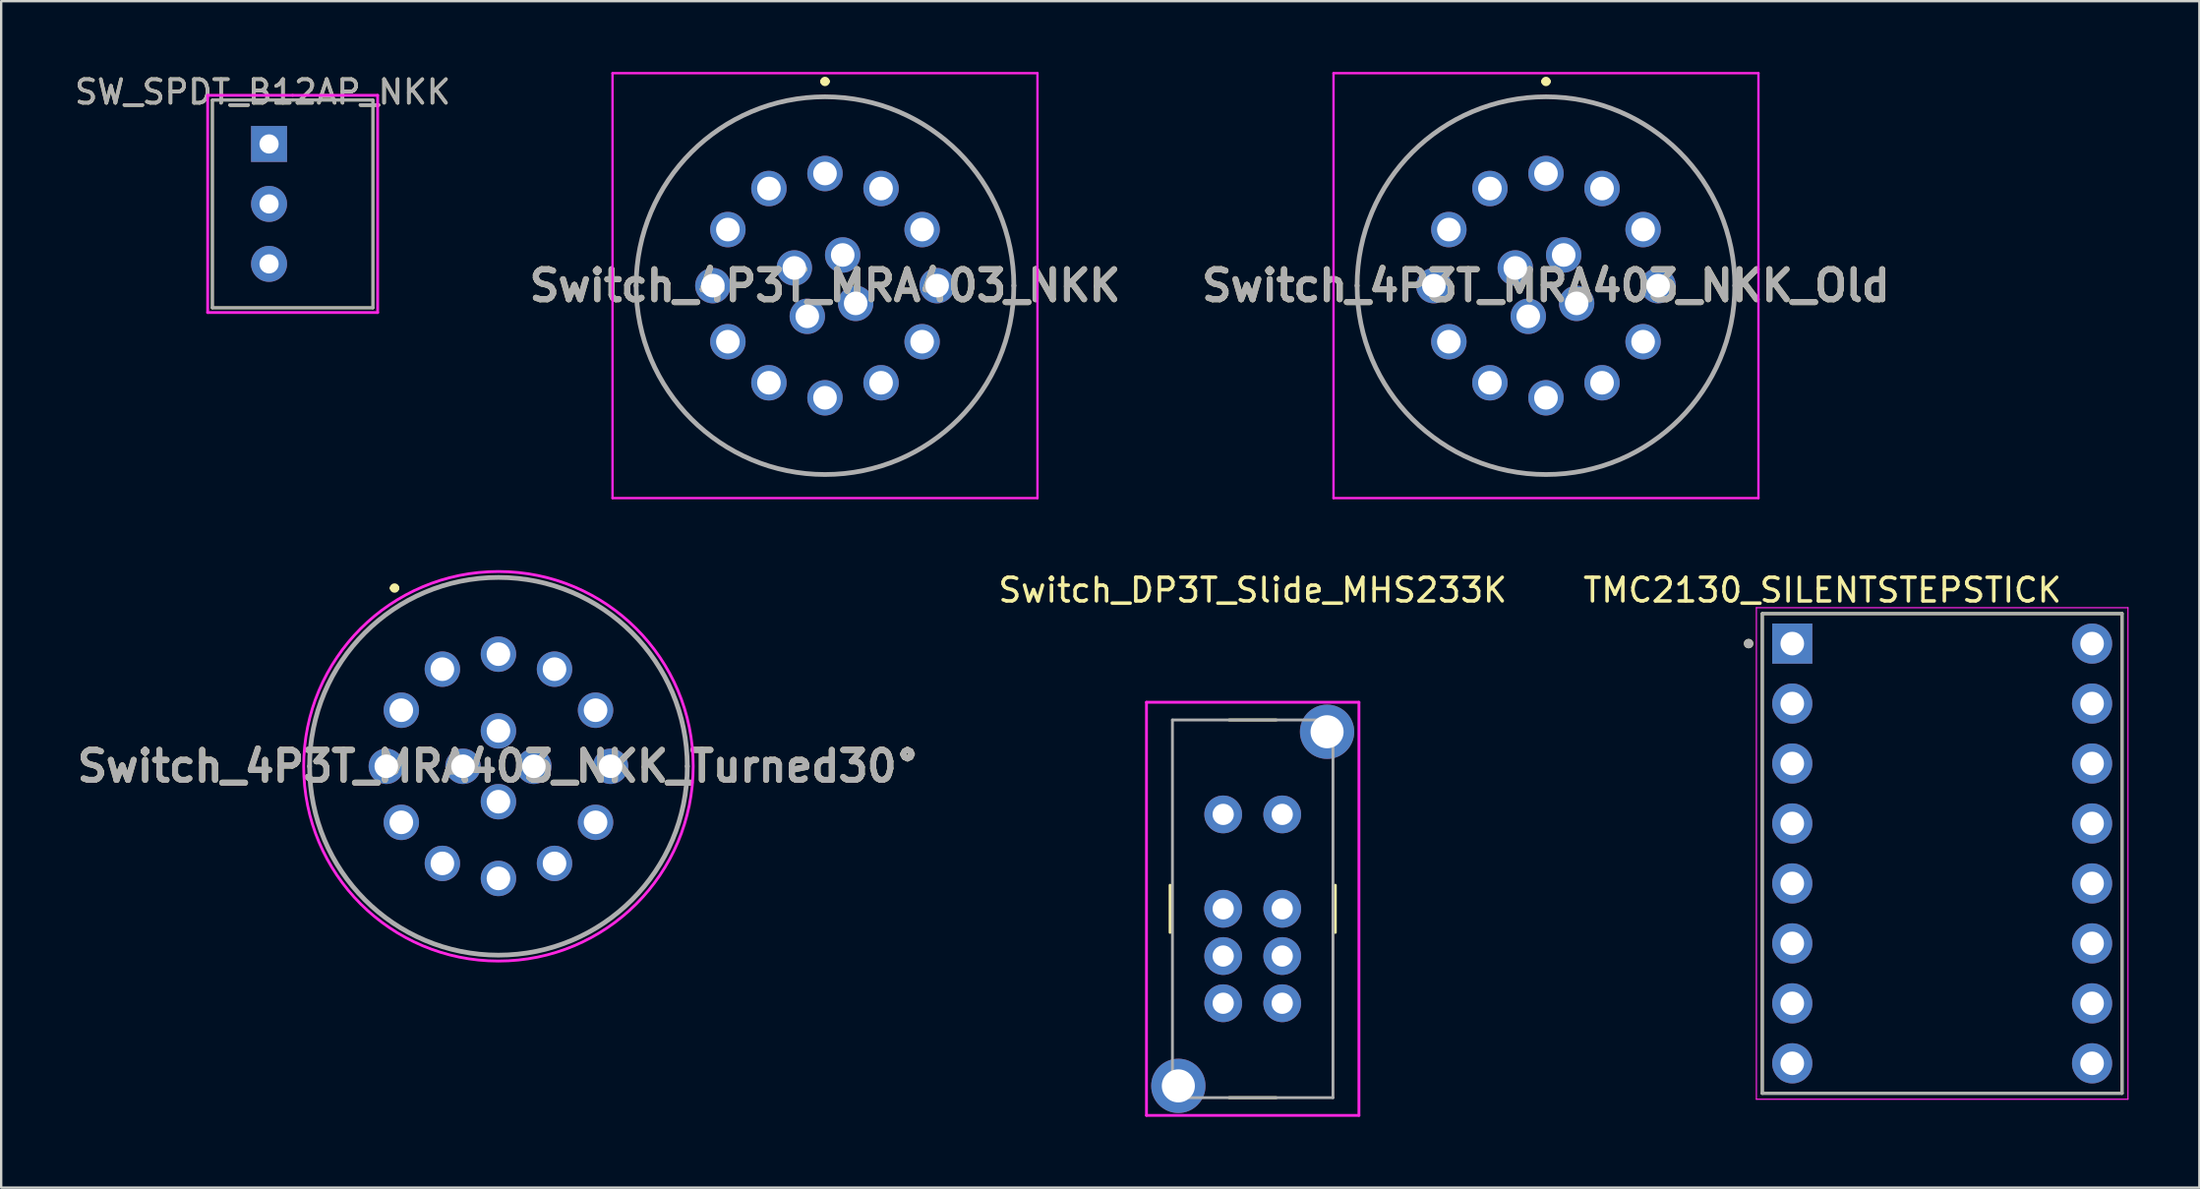
<source format=kicad_pcb>
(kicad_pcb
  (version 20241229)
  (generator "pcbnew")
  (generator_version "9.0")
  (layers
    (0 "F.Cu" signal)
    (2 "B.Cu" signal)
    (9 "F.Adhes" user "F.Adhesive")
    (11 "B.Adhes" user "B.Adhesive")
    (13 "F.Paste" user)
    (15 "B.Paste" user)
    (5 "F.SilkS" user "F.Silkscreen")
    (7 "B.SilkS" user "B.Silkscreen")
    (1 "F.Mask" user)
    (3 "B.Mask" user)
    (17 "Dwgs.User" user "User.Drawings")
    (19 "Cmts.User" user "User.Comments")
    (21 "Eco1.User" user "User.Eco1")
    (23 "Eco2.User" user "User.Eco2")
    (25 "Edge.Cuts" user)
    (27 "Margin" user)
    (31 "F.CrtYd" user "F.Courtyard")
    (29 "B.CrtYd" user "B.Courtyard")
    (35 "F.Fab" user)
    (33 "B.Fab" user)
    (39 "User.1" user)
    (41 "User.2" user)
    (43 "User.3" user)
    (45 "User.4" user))
  (footprint "Switch_DP3T_Slide_MHS233K"
    (layer "F.Cu")
    (at 50.015 35.448)
    (property "Reference" "Switch_DP3T_Slide_MHS233K" (at 0 -13.5 0) (layer "F.SilkS") (effects (font (size 1 1) (thickness 0.15))))
    (attr through_hole)
    (fp_line (start -3.5 -1) (end -3.5 1) (stroke (width 0.12) (type solid)) (layer "F.SilkS"))
    (fp_line (start -1 -8) (end 1 -8) (stroke (width 0.12) (type solid)) (layer "F.SilkS"))
    (fp_line (start -1 8) (end 1 8) (stroke (width 0.12) (type solid)) (layer "F.SilkS"))
    (fp_line (start 3.5 -1) (end 3.5 1) (stroke (width 0.12) (type solid)) (layer "F.SilkS"))
    (fp_line (start -4.5 -8.75) (end 4.5 -8.75) (stroke (width 0.12) (type solid)) (layer "F.CrtYd"))
    (fp_line (start -4.5 8.75) (end -4.5 -8.75) (stroke (width 0.12) (type solid)) (layer "F.CrtYd"))
    (fp_line (start 4.5 -8.75) (end 4.5 8.75) (stroke (width 0.12) (type solid)) (layer "F.CrtYd"))
    (fp_line (start 4.5 8.75) (end -4.5 8.75) (stroke (width 0.12) (type solid)) (layer "F.CrtYd"))
    (fp_line (start -3.4 -8) (end -3.4 8) (stroke (width 0.12) (type solid)) (layer "F.Fab"))
    (fp_line (start -3.4 8) (end 3.4 8) (stroke (width 0.12) (type solid)) (layer "F.Fab"))
    (fp_line (start 3.4 -8) (end -3.4 -8) (stroke (width 0.12) (type solid)) (layer "F.Fab"))
    (fp_line (start 3.4 8) (end 3.4 -8) (stroke (width 0.12) (type solid)) (layer "F.Fab"))
    (pad "0" thru_hole circle (at -3.15 7.5 180) (size 2.3 2.3) (drill 1.4) (layers "*.Cu" "*.Mask"))
    (pad "0" thru_hole circle (at 3.15 -7.5) (size 2.3 2.3) (drill 1.4) (layers "*.Cu" "*.Mask"))
    (pad "1" thru_hole circle (at -1.25 -4) (size 1.6 1.6) (drill 0.9) (layers "*.Cu" "*.Mask"))
    (pad "2" thru_hole circle (at -1.25 0) (size 1.6 1.6) (drill 0.9) (layers "*.Cu" "*.Mask"))
    (pad "3" thru_hole circle (at -1.25 2) (size 1.6 1.6) (drill 0.9) (layers "*.Cu" "*.Mask"))
    (pad "4" thru_hole circle (at -1.25 4) (size 1.6 1.6) (drill 0.9) (layers "*.Cu" "*.Mask"))
    (pad "5" thru_hole circle (at 1.25 -4) (size 1.6 1.6) (drill 0.9) (layers "*.Cu" "*.Mask"))
    (pad "6" thru_hole circle (at 1.25 0) (size 1.6 1.6) (drill 0.9) (layers "*.Cu" "*.Mask"))
    (pad "7" thru_hole circle (at 1.25 2) (size 1.6 1.6) (drill 0.9) (layers "*.Cu" "*.Mask"))
    (pad "8" thru_hole circle (at 1.25 4) (size 1.6 1.6) (drill 0.9) (layers "*.Cu" "*.Mask")))
  (footprint "Switch_4P3T_MRA403_NKK_Old"
    (layer "F.Cu")
    (at 62.438 9.05)
    (property "Reference" "Switch_4P3T_MRA403_NKK_Old" (at 0 0 0) (layer "F.SilkS") (effects (font (size 1.27 1.27) (thickness 0.254))))
    (attr through_hole)
    (fp_line (start -8 0) (end -8 0) (stroke (width 0.1) (type solid)) (layer "F.SilkS"))
    (fp_line (start -0.1 -8.65) (end -0.1 -8.65) (stroke (width 0.2) (type solid)) (layer "F.SilkS"))
    (fp_line (start 0.1 -8.65) (end 0.1 -8.65) (stroke (width 0.2) (type solid)) (layer "F.SilkS"))
    (fp_line (start 8 0) (end 8 0) (stroke (width 0.1) (type solid)) (layer "F.SilkS"))
    (fp_arc (start -8 0) (mid 0 -8) (end 8 0) (stroke (width 0.1) (type solid)) (layer "F.SilkS"))
    (fp_arc (start -0.1 -8.65) (mid 0 -8.75) (end 0.1 -8.65) (stroke (width 0.2) (type solid)) (layer "F.SilkS"))
    (fp_arc (start 0.1 -8.65) (mid 0 -8.55) (end -0.1 -8.65) (stroke (width 0.2) (type solid)) (layer "F.SilkS"))
    (fp_arc (start 8 0) (mid 0 8) (end -8 0) (stroke (width 0.1) (type solid)) (layer "F.SilkS"))
    (fp_line (start -9 -9) (end 9 -9) (stroke (width 0.1) (type solid)) (layer "F.CrtYd"))
    (fp_line (start -9 9) (end -9 -9) (stroke (width 0.1) (type solid)) (layer "F.CrtYd"))
    (fp_line (start 9 -9) (end 9 9) (stroke (width 0.1) (type solid)) (layer "F.CrtYd"))
    (fp_line (start 9 9) (end -9 9) (stroke (width 0.1) (type solid)) (layer "F.CrtYd"))
    (fp_line (start -8 0) (end -8 0) (stroke (width 0.2) (type solid)) (layer "F.Fab"))
    (fp_line (start 8 0) (end 8 0) (stroke (width 0.2) (type solid)) (layer "F.Fab"))
    (fp_arc (start -8 0) (mid 0 -8) (end 8 0) (stroke (width 0.2) (type solid)) (layer "F.Fab"))
    (fp_arc (start 8 0) (mid 0 8) (end -8 0) (stroke (width 0.2) (type solid)) (layer "F.Fab"))
    (fp_text user "${REFERENCE}" (at 0 0 0) (layer "F.Fab") (effects (font (size 1.27 1.27) (thickness 0.254))))
    (pad "1" thru_hole circle (at 0 4.75) (size 1.5 1.5) (drill 1) (layers "*.Cu" "*.Mask"))
    (pad "2" thru_hole circle (at -2.375 4.114) (size 1.5 1.5) (drill 1) (layers "*.Cu" "*.Mask"))
    (pad "3" thru_hole circle (at -4.114 2.375) (size 1.5 1.5) (drill 1) (layers "*.Cu" "*.Mask"))
    (pad "4" thru_hole circle (at 0 -4.75) (size 1.5 1.5) (drill 1) (layers "*.Cu" "*.Mask"))
    (pad "5" thru_hole circle (at 2.375 -4.114) (size 1.5 1.5) (drill 1) (layers "*.Cu" "*.Mask"))
    (pad "6" thru_hole circle (at 4.114 -2.375) (size 1.5 1.5) (drill 1) (layers "*.Cu" "*.Mask"))
    (pad "7" thru_hole circle (at -4.75 0) (size 1.5 1.5) (drill 1) (layers "*.Cu" "*.Mask"))
    (pad "8" thru_hole circle (at -4.114 -2.375) (size 1.5 1.5) (drill 1) (layers "*.Cu" "*.Mask"))
    (pad "9" thru_hole circle (at -2.375 -4.114) (size 1.5 1.5) (drill 1) (layers "*.Cu" "*.Mask"))
    (pad "10" thru_hole circle (at 4.75 0) (size 1.5 1.5) (drill 1) (layers "*.Cu" "*.Mask"))
    (pad "11" thru_hole circle (at 4.114 2.375) (size 1.5 1.5) (drill 1) (layers "*.Cu" "*.Mask"))
    (pad "12" thru_hole circle (at 2.375 4.114) (size 1.5 1.5) (drill 1) (layers "*.Cu" "*.Mask"))
    (pad "A1" thru_hole circle (at -0.75 1.299) (size 1.5 1.5) (drill 1) (layers "*.Cu" "*.Mask"))
    (pad "B1" thru_hole circle (at 0.75 -1.299) (size 1.5 1.5) (drill 1) (layers "*.Cu" "*.Mask"))
    (pad "C1" thru_hole circle (at -1.299 -0.75) (size 1.5 1.5) (drill 1) (layers "*.Cu" "*.Mask"))
    (pad "D1" thru_hole circle (at 1.299 0.75) (size 1.5 1.5) (drill 1) (layers "*.Cu" "*.Mask")))
  (footprint "SW_SPDT_B12AP_NKK"
    (layer "F.Cu")
    (at 9.347 5.588)
    (property "Reference" "SW_SPDT_B12AP_NKK" (at -1.27 -4.74 0) (layer "F.SilkS") (effects (font (size 1 1) (thickness 0.15))))
    (attr through_hole)
    (fp_line (start -3.4 -4.4) (end 0 -4.4) (stroke (width 0.12) (type solid)) (layer "F.SilkS"))
    (fp_line (start -3.4 4.4) (end -3.4 -4.4) (stroke (width 0.12) (type solid)) (layer "F.SilkS"))
    (fp_line (start 0 -4.4) (end 3.4 -4.4) (stroke (width 0.12) (type solid)) (layer "F.SilkS"))
    (fp_line (start 3.4 -4.4) (end 3.4 4.4) (stroke (width 0.12) (type solid)) (layer "F.SilkS"))
    (fp_line (start 3.4 4.4) (end -3.4 4.4) (stroke (width 0.12) (type solid)) (layer "F.SilkS"))
    (fp_line (start -3.6 -4.6) (end -3.6 4.6) (stroke (width 0.12) (type solid)) (layer "F.CrtYd"))
    (fp_line (start -3.6 4.6) (end 3.6 4.6) (stroke (width 0.12) (type solid)) (layer "F.CrtYd"))
    (fp_line (start 0 -4.6) (end -3.6 -4.6) (stroke (width 0.12) (type solid)) (layer "F.CrtYd"))
    (fp_line (start 3.6 -4.6) (end 0 -4.6) (stroke (width 0.12) (type solid)) (layer "F.CrtYd"))
    (fp_line (start 3.6 4.6) (end 3.6 -4.6) (stroke (width 0.12) (type solid)) (layer "F.CrtYd"))
    (fp_line (start -3.4 -4.4) (end 3.4 -4.4) (stroke (width 0.12) (type solid)) (layer "F.Fab"))
    (fp_line (start -3.4 4.4) (end -3.4 -4.4) (stroke (width 0.12) (type solid)) (layer "F.Fab"))
    (fp_line (start 3.4 -4.4) (end 3.4 4.4) (stroke (width 0.12) (type solid)) (layer "F.Fab"))
    (fp_line (start 3.4 4.4) (end -3.4 4.4) (stroke (width 0.12) (type solid)) (layer "F.Fab"))
    (fp_text user "${REFERENCE}" (at -1.27 -4.74 0) (layer "F.Fab") (effects (font (size 1 1) (thickness 0.15))))
    (pad "1" thru_hole rect (at -1 -2.54) (size 1.524 1.524) (drill 0.813) (layers "*.Cu" "*.Mask"))
    (pad "2" thru_hole circle (at -1 0) (size 1.524 1.524) (drill 0.813) (layers "*.Cu" "*.Mask"))
    (pad "3" thru_hole circle (at -1 2.54) (size 1.524 1.524) (drill 0.813) (layers "*.Cu" "*.Mask")))
  (footprint "TMC2130_SILENTSTEPSTICK"
    (layer "F.Cu")
    (at 79.221 33.103)
    (property "Reference" "TMC2130_SILENTSTEPSTICK" (at -5.075 -11.155 0) (layer "F.SilkS") (effects (font (size 1 1) (thickness 0.15))))
    (attr through_hole)
    (fp_line (start -7.62 -10.16) (end 7.62 -10.16) (stroke (width 0.127) (type solid)) (layer "F.SilkS"))
    (fp_line (start -7.62 10.16) (end -7.62 -10.16) (stroke (width 0.127) (type solid)) (layer "F.SilkS"))
    (fp_line (start 7.62 -10.16) (end 7.62 10.16) (stroke (width 0.127) (type solid)) (layer "F.SilkS"))
    (fp_line (start 7.62 10.16) (end -7.62 10.16) (stroke (width 0.127) (type solid)) (layer "F.SilkS"))
    (fp_circle (center -8.2 -8.89) (end -8.1 -8.89) (stroke (width 0.2) (type solid)) (fill no) (layer "F.SilkS"))
    (fp_line (start -7.87 -10.41) (end 7.87 -10.41) (stroke (width 0.05) (type solid)) (layer "F.CrtYd"))
    (fp_line (start -7.87 10.41) (end -7.87 -10.41) (stroke (width 0.05) (type solid)) (layer "F.CrtYd"))
    (fp_line (start 7.87 -10.41) (end 7.87 10.41) (stroke (width 0.05) (type solid)) (layer "F.CrtYd"))
    (fp_line (start 7.87 10.41) (end -7.87 10.41) (stroke (width 0.05) (type solid)) (layer "F.CrtYd"))
    (fp_line (start -7.62 -10.16) (end 7.62 -10.16) (stroke (width 0.127) (type solid)) (layer "F.Fab"))
    (fp_line (start -7.62 10.16) (end -7.62 -10.16) (stroke (width 0.127) (type solid)) (layer "F.Fab"))
    (fp_line (start 7.62 -10.16) (end 7.62 10.16) (stroke (width 0.127) (type solid)) (layer "F.Fab"))
    (fp_line (start 7.62 10.16) (end -7.62 10.16) (stroke (width 0.127) (type solid)) (layer "F.Fab"))
    (fp_circle (center -8.2 -8.89) (end -8.1 -8.89) (stroke (width 0.2) (type solid)) (fill no) (layer "F.Fab"))
    (pad "1" thru_hole rect (at -6.35 -8.89) (size 1.7 1.7) (drill 1) (layers "*.Cu" "*.Mask"))
    (pad "2" thru_hole circle (at -6.35 -6.35) (size 1.7 1.7) (drill 1) (layers "*.Cu" "*.Mask"))
    (pad "3" thru_hole circle (at -6.35 -3.81) (size 1.7 1.7) (drill 1) (layers "*.Cu" "*.Mask"))
    (pad "4" thru_hole circle (at -6.35 -1.27) (size 1.7 1.7) (drill 1) (layers "*.Cu" "*.Mask"))
    (pad "5" thru_hole circle (at -6.35 1.27) (size 1.7 1.7) (drill 1) (layers "*.Cu" "*.Mask"))
    (pad "6" thru_hole circle (at -6.35 3.81) (size 1.7 1.7) (drill 1) (layers "*.Cu" "*.Mask"))
    (pad "7" thru_hole circle (at -6.35 6.35) (size 1.7 1.7) (drill 1) (layers "*.Cu" "*.Mask"))
    (pad "8" thru_hole circle (at -6.35 8.89) (size 1.7 1.7) (drill 1) (layers "*.Cu" "*.Mask"))
    (pad "9" thru_hole circle (at 6.35 8.89) (size 1.7 1.7) (drill 1) (layers "*.Cu" "*.Mask"))
    (pad "10" thru_hole circle (at 6.35 6.35) (size 1.7 1.7) (drill 1) (layers "*.Cu" "*.Mask"))
    (pad "11" thru_hole circle (at 6.35 3.81) (size 1.7 1.7) (drill 1) (layers "*.Cu" "*.Mask"))
    (pad "12" thru_hole circle (at 6.35 1.27) (size 1.7 1.7) (drill 1) (layers "*.Cu" "*.Mask"))
    (pad "13" thru_hole circle (at 6.35 -1.27) (size 1.7 1.7) (drill 1) (layers "*.Cu" "*.Mask"))
    (pad "14" thru_hole circle (at 6.35 -3.81) (size 1.7 1.7) (drill 1) (layers "*.Cu" "*.Mask"))
    (pad "15" thru_hole circle (at 6.35 -6.35) (size 1.7 1.7) (drill 1) (layers "*.Cu" "*.Mask"))
    (pad "16" thru_hole circle (at 6.35 -8.89) (size 1.7 1.7) (drill 1) (layers "*.Cu" "*.Mask")))
  (footprint "Switch_4P3T_MRA403_NKK"
    (layer "F.Cu")
    (at 31.897 9.05)
    (property "Reference" "Switch_4P3T_MRA403_NKK" (at 0 0 0) (layer "F.SilkS") (effects (font (size 1.27 1.27) (thickness 0.254))))
    (attr through_hole)
    (fp_line (start -8 0) (end -8 0) (stroke (width 0.1) (type solid)) (layer "F.SilkS"))
    (fp_line (start -0.1 -8.65) (end -0.1 -8.65) (stroke (width 0.2) (type solid)) (layer "F.SilkS"))
    (fp_line (start 0.1 -8.65) (end 0.1 -8.65) (stroke (width 0.2) (type solid)) (layer "F.SilkS"))
    (fp_line (start 8 0) (end 8 0) (stroke (width 0.1) (type solid)) (layer "F.SilkS"))
    (fp_arc (start -8 0) (mid 0 -8) (end 8 0) (stroke (width 0.1) (type solid)) (layer "F.SilkS"))
    (fp_arc (start -0.1 -8.65) (mid 0 -8.75) (end 0.1 -8.65) (stroke (width 0.2) (type solid)) (layer "F.SilkS"))
    (fp_arc (start 0.1 -8.65) (mid 0 -8.55) (end -0.1 -8.65) (stroke (width 0.2) (type solid)) (layer "F.SilkS"))
    (fp_arc (start 8 0) (mid 0 8) (end -8 0) (stroke (width 0.1) (type solid)) (layer "F.SilkS"))
    (fp_line (start -9 -9) (end 9 -9) (stroke (width 0.1) (type solid)) (layer "F.CrtYd"))
    (fp_line (start -9 9) (end -9 -9) (stroke (width 0.1) (type solid)) (layer "F.CrtYd"))
    (fp_line (start 9 -9) (end 9 9) (stroke (width 0.1) (type solid)) (layer "F.CrtYd"))
    (fp_line (start 9 9) (end -9 9) (stroke (width 0.1) (type solid)) (layer "F.CrtYd"))
    (fp_line (start -8 0) (end -8 0) (stroke (width 0.2) (type solid)) (layer "F.Fab"))
    (fp_line (start 8 0) (end 8 0) (stroke (width 0.2) (type solid)) (layer "F.Fab"))
    (fp_arc (start -8 0) (mid 0 -8) (end 8 0) (stroke (width 0.2) (type solid)) (layer "F.Fab"))
    (fp_arc (start 8 0) (mid 0 8) (end -8 0) (stroke (width 0.2) (type solid)) (layer "F.Fab"))
    (fp_text user "${REFERENCE}" (at 0 0 0) (layer "F.Fab") (effects (font (size 1.27 1.27) (thickness 0.254))))
    (pad "1" thru_hole circle (at 0 4.75) (size 1.5 1.5) (drill 1) (layers "*.Cu" "*.Mask"))
    (pad "2" thru_hole circle (at -2.375 4.114) (size 1.5 1.5) (drill 1) (layers "*.Cu" "*.Mask"))
    (pad "3" thru_hole circle (at -4.114 2.375) (size 1.5 1.5) (drill 1) (layers "*.Cu" "*.Mask"))
    (pad "4" thru_hole circle (at 0 -4.75) (size 1.5 1.5) (drill 1) (layers "*.Cu" "*.Mask"))
    (pad "5" thru_hole circle (at 2.375 -4.114) (size 1.5 1.5) (drill 1) (layers "*.Cu" "*.Mask"))
    (pad "6" thru_hole circle (at 4.114 -2.375) (size 1.5 1.5) (drill 1) (layers "*.Cu" "*.Mask"))
    (pad "7" thru_hole circle (at -4.75 0) (size 1.5 1.5) (drill 1) (layers "*.Cu" "*.Mask"))
    (pad "8" thru_hole circle (at -4.114 -2.375) (size 1.5 1.5) (drill 1) (layers "*.Cu" "*.Mask"))
    (pad "9" thru_hole circle (at -2.375 -4.114) (size 1.5 1.5) (drill 1) (layers "*.Cu" "*.Mask"))
    (pad "10" thru_hole circle (at 4.75 0) (size 1.5 1.5) (drill 1) (layers "*.Cu" "*.Mask"))
    (pad "11" thru_hole circle (at 4.114 2.375) (size 1.5 1.5) (drill 1) (layers "*.Cu" "*.Mask"))
    (pad "12" thru_hole circle (at 2.375 4.114) (size 1.5 1.5) (drill 1) (layers "*.Cu" "*.Mask"))
    (pad "13" thru_hole circle (at -0.75 1.299) (size 1.5 1.5) (drill 1) (layers "*.Cu" "*.Mask"))
    (pad "14" thru_hole circle (at 0.75 -1.299) (size 1.5 1.5) (drill 1) (layers "*.Cu" "*.Mask"))
    (pad "15" thru_hole circle (at -1.299 -0.75) (size 1.5 1.5) (drill 1) (layers "*.Cu" "*.Mask"))
    (pad "16" thru_hole circle (at 1.299 0.75) (size 1.5 1.5) (drill 1) (layers "*.Cu" "*.Mask")))
  (footprint "Switch_4P3T_MRA403_NKK_Turned30°"
    (layer "F.Cu")
    (at 18.064 29.41)
    (property "Reference" "Switch_4P3T_MRA403_NKK_Turned30°" (at 0 0 0) (layer "F.SilkS") (effects (font (size 1.27 1.27) (thickness 0.254))))
    (attr through_hole)
    (fp_line (start -8 0) (end -8 0) (stroke (width 0.1) (type solid)) (layer "F.SilkS"))
    (fp_line (start -4.5 -7.55) (end -4.5 -7.55) (stroke (width 0.2) (type solid)) (layer "F.SilkS"))
    (fp_line (start -4.3 -7.55) (end -4.3 -7.55) (stroke (width 0.2) (type solid)) (layer "F.SilkS"))
    (fp_line (start 8 0) (end 8 0) (stroke (width 0.1) (type solid)) (layer "F.SilkS"))
    (fp_arc (start -8 0) (mid 0 -8) (end 8 0) (stroke (width 0.1) (type solid)) (layer "F.SilkS"))
    (fp_arc (start -4.5 -7.55) (mid -4.4 -7.65) (end -4.3 -7.55) (stroke (width 0.2) (type solid)) (layer "F.SilkS"))
    (fp_arc (start -4.3 -7.55) (mid -4.4 -7.45) (end -4.5 -7.55) (stroke (width 0.2) (type solid)) (layer "F.SilkS"))
    (fp_arc (start 8 0) (mid 0 8) (end -8 0) (stroke (width 0.1) (type solid)) (layer "F.SilkS"))
    (fp_circle (center 0 0) (end 0 -8.25) (stroke (width 0.12) (type solid)) (fill no) (layer "F.CrtYd"))
    (fp_line (start -8 0) (end -8 0) (stroke (width 0.2) (type solid)) (layer "F.Fab"))
    (fp_line (start 8 0) (end 8 0) (stroke (width 0.2) (type solid)) (layer "F.Fab"))
    (fp_arc (start -8 0) (mid 0 -8) (end 8 0) (stroke (width 0.2) (type solid)) (layer "F.Fab"))
    (fp_arc (start 8 0) (mid 0 8) (end -8 0) (stroke (width 0.2) (type solid)) (layer "F.Fab"))
    (fp_text user "${REFERENCE}" (at 0 0 0) (layer "F.Fab") (effects (font (size 1.27 1.27) (thickness 0.254))))
    (pad "1" thru_hole circle (at 2.375 4.114 30) (size 1.5 1.5) (drill 1) (layers "*.Cu" "*.Mask"))
    (pad "2" thru_hole circle (at 0.00019 4.75 30) (size 1.5 1.5) (drill 1) (layers "*.Cu" "*.Mask"))
    (pad "3" thru_hole circle (at -2.375 4.114 30) (size 1.5 1.5) (drill 1) (layers "*.Cu" "*.Mask"))
    (pad "4" thru_hole circle (at -2.375 -4.114 30) (size 1.5 1.5) (drill 1) (layers "*.Cu" "*.Mask"))
    (pad "5" thru_hole circle (at -0.00019 -4.75 30) (size 1.5 1.5) (drill 1) (layers "*.Cu" "*.Mask"))
    (pad "6" thru_hole circle (at 2.375 -4.114 30) (size 1.5 1.5) (drill 1) (layers "*.Cu" "*.Mask"))
    (pad "7" thru_hole circle (at -4.114 2.375 30) (size 1.5 1.5) (drill 1) (layers "*.Cu" "*.Mask"))
    (pad "8" thru_hole circle (at -4.75 0.00019 30) (size 1.5 1.5) (drill 1) (layers "*.Cu" "*.Mask"))
    (pad "9" thru_hole circle (at -4.114 -2.375 30) (size 1.5 1.5) (drill 1) (layers "*.Cu" "*.Mask"))
    (pad "10" thru_hole circle (at 4.114 -2.375 30) (size 1.5 1.5) (drill 1) (layers "*.Cu" "*.Mask"))
    (pad "11" thru_hole circle (at 4.75 -0.00019 30) (size 1.5 1.5) (drill 1) (layers "*.Cu" "*.Mask"))
    (pad "12" thru_hole circle (at 4.114 2.375 30) (size 1.5 1.5) (drill 1) (layers "*.Cu" "*.Mask"))
    (pad "13" thru_hole circle (at -0.000019 1.5 30) (size 1.5 1.5) (drill 1) (layers "*.Cu" "*.Mask"))
    (pad "14" thru_hole circle (at 0.000019 -1.5 30) (size 1.5 1.5) (drill 1) (layers "*.Cu" "*.Mask"))
    (pad "15" thru_hole circle (at -1.5 -0.000019 30) (size 1.5 1.5) (drill 1) (layers "*.Cu" "*.Mask"))
    (pad "16" thru_hole circle (at 1.5 0.000019 30) (size 1.5 1.5) (drill 1) (layers "*.Cu" "*.Mask")))
  (gr_rect
    (start -3 -3)
    (end 90.116 47.258)
    (stroke (width 0.1) (type default))
    (fill no)
    (layer "Edge.Cuts")))
</source>
